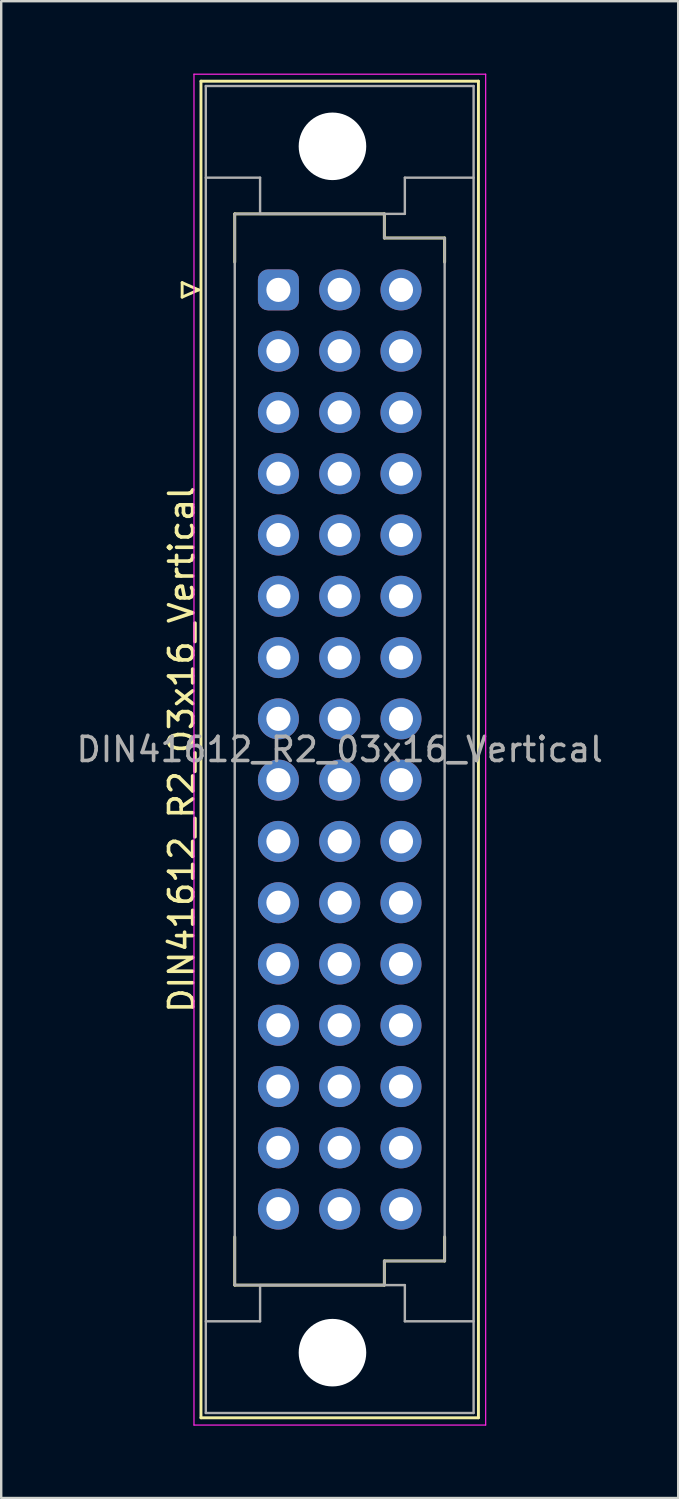
<source format=kicad_pcb>
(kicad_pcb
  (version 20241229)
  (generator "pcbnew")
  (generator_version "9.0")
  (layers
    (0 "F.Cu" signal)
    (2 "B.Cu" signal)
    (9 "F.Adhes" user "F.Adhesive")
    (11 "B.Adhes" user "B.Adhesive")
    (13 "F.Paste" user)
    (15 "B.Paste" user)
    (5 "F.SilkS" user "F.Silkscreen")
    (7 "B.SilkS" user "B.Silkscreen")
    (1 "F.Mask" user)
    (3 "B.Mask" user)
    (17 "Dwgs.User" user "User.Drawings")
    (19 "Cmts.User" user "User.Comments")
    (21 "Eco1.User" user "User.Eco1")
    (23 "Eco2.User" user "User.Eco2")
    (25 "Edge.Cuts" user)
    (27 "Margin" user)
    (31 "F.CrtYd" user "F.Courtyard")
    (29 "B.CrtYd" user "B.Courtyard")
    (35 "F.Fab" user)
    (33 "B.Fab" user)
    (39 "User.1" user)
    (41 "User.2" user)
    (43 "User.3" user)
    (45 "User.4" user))
  (footprint "DIN41612_R2_03x16_Vertical"
    (layer "F.Cu")
    (at 8.49 8.965)
    (property "Reference" "DIN41612_R2_03x16_Vertical" (at -4.01 19.05 90) (layer "F.SilkS") (effects (font (size 1 1) (thickness 0.15))))
    (attr through_hole)
    (fp_line (start -3.99 -0.3) (end -3.99 0.3) (stroke (width 0.12) (type solid)) (layer "F.SilkS"))
    (fp_line (start -3.99 0.3) (end -3.31 0) (stroke (width 0.12) (type solid)) (layer "F.SilkS"))
    (fp_line (start -3.31 0) (end -3.99 -0.3) (stroke (width 0.12) (type solid)) (layer "F.SilkS"))
    (fp_line (start -3.21 -8.65) (end 8.29 -8.65) (stroke (width 0.12) (type solid)) (layer "F.SilkS"))
    (fp_line (start -3.21 46.75) (end -3.21 -8.65) (stroke (width 0.12) (type solid)) (layer "F.SilkS"))
    (fp_line (start -1.81 -3.15) (end 4.39 -3.15) (stroke (width 0.12) (type solid)) (layer "F.SilkS"))
    (fp_line (start -1.81 -1.15) (end -1.81 -3.15) (stroke (width 0.12) (type solid)) (layer "F.SilkS"))
    (fp_line (start -1.81 39.25) (end -1.81 41.25) (stroke (width 0.12) (type solid)) (layer "F.SilkS"))
    (fp_line (start -1.81 41.25) (end 4.39 41.25) (stroke (width 0.12) (type solid)) (layer "F.SilkS"))
    (fp_line (start 4.39 -3.15) (end 4.39 -2.15) (stroke (width 0.12) (type solid)) (layer "F.SilkS"))
    (fp_line (start 4.39 -2.15) (end 6.89 -2.15) (stroke (width 0.12) (type solid)) (layer "F.SilkS"))
    (fp_line (start 4.39 40.25) (end 6.89 40.25) (stroke (width 0.12) (type solid)) (layer "F.SilkS"))
    (fp_line (start 4.39 41.25) (end 4.39 40.25) (stroke (width 0.12) (type solid)) (layer "F.SilkS"))
    (fp_line (start 6.89 -2.15) (end 6.89 -1.15) (stroke (width 0.12) (type solid)) (layer "F.SilkS"))
    (fp_line (start 6.89 40.25) (end 6.89 39.25) (stroke (width 0.12) (type solid)) (layer "F.SilkS"))
    (fp_line (start 8.29 -8.65) (end 8.29 46.75) (stroke (width 0.12) (type solid)) (layer "F.SilkS"))
    (fp_line (start 8.29 46.75) (end -3.21 46.75) (stroke (width 0.12) (type solid)) (layer "F.SilkS"))
    (fp_line (start -3.5 -8.94) (end 8.59 -8.94) (stroke (width 0.05) (type solid)) (layer "F.CrtYd"))
    (fp_line (start -3.5 47.05) (end -3.5 -8.94) (stroke (width 0.05) (type solid)) (layer "F.CrtYd"))
    (fp_line (start 8.59 -8.94) (end 8.59 47.05) (stroke (width 0.05) (type solid)) (layer "F.CrtYd"))
    (fp_line (start 8.59 47.05) (end -3.5 47.05) (stroke (width 0.05) (type solid)) (layer "F.CrtYd"))
    (fp_line (start -3.01 -8.45) (end 8.09 -8.45) (stroke (width 0.1) (type solid)) (layer "F.Fab"))
    (fp_line (start -3.01 -4.65) (end -0.76 -4.65) (stroke (width 0.1) (type solid)) (layer "F.Fab"))
    (fp_line (start -3.01 42.75) (end -0.76 42.75) (stroke (width 0.1) (type solid)) (layer "F.Fab"))
    (fp_line (start -3.01 46.55) (end -3.01 -8.45) (stroke (width 0.1) (type solid)) (layer "F.Fab"))
    (fp_line (start -1.81 -3.15) (end 4.39 -3.15) (stroke (width 0.1) (type solid)) (layer "F.Fab"))
    (fp_line (start -1.81 41.25) (end -1.81 -3.15) (stroke (width 0.1) (type solid)) (layer "F.Fab"))
    (fp_line (start -0.76 -4.65) (end -0.76 -3.15) (stroke (width 0.1) (type solid)) (layer "F.Fab"))
    (fp_line (start -0.76 -3.15) (end 5.24 -3.15) (stroke (width 0.1) (type solid)) (layer "F.Fab"))
    (fp_line (start -0.76 41.25) (end 5.24 41.25) (stroke (width 0.1) (type solid)) (layer "F.Fab"))
    (fp_line (start -0.76 42.75) (end -0.76 41.25) (stroke (width 0.1) (type solid)) (layer "F.Fab"))
    (fp_line (start 4.39 -3.15) (end 4.39 -2.15) (stroke (width 0.1) (type solid)) (layer "F.Fab"))
    (fp_line (start 4.39 -2.15) (end 6.89 -2.15) (stroke (width 0.1) (type solid)) (layer "F.Fab"))
    (fp_line (start 4.39 40.25) (end 4.39 41.25) (stroke (width 0.1) (type solid)) (layer "F.Fab"))
    (fp_line (start 4.39 41.25) (end -1.81 41.25) (stroke (width 0.1) (type solid)) (layer "F.Fab"))
    (fp_line (start 5.24 -4.65) (end 8.09 -4.65) (stroke (width 0.1) (type solid)) (layer "F.Fab"))
    (fp_line (start 5.24 -3.15) (end 5.24 -4.65) (stroke (width 0.1) (type solid)) (layer "F.Fab"))
    (fp_line (start 5.24 41.25) (end 5.24 42.75) (stroke (width 0.1) (type solid)) (layer "F.Fab"))
    (fp_line (start 5.24 42.75) (end 8.09 42.75) (stroke (width 0.1) (type solid)) (layer "F.Fab"))
    (fp_line (start 6.89 -2.15) (end 6.89 40.25) (stroke (width 0.1) (type solid)) (layer "F.Fab"))
    (fp_line (start 6.89 40.25) (end 4.39 40.25) (stroke (width 0.1) (type solid)) (layer "F.Fab"))
    (fp_line (start 8.09 -8.45) (end 8.09 46.55) (stroke (width 0.1) (type solid)) (layer "F.Fab"))
    (fp_line (start 8.09 46.55) (end -3.01 46.55) (stroke (width 0.1) (type solid)) (layer "F.Fab"))
    (fp_text user "${REFERENCE}" (at 2.54 19.05 0) (layer "F.Fab") (effects (font (size 1 1) (thickness 0.15))))
    (pad "" np_thru_hole circle (at 2.24 -5.95) (size 2.8 2.8) (drill 2.8) (layers "*.Cu" "*.Mask"))
    (pad "" np_thru_hole circle (at 2.24 44.05) (size 2.8 2.8) (drill 2.8) (layers "*.Cu" "*.Mask"))
    (pad "a1" thru_hole roundrect (at 0 0) (size 1.7 1.7) (drill 1) (layers "*.Cu" "*.Mask") (roundrect_rratio 0.25))
    (pad "a2" thru_hole circle (at 0 2.54) (size 1.7 1.7) (drill 1) (layers "*.Cu" "*.Mask"))
    (pad "a3" thru_hole circle (at 0 5.08) (size 1.7 1.7) (drill 1) (layers "*.Cu" "*.Mask"))
    (pad "a4" thru_hole circle (at 0 7.62) (size 1.7 1.7) (drill 1) (layers "*.Cu" "*.Mask"))
    (pad "a5" thru_hole circle (at 0 10.16) (size 1.7 1.7) (drill 1) (layers "*.Cu" "*.Mask"))
    (pad "a6" thru_hole circle (at 0 12.7) (size 1.7 1.7) (drill 1) (layers "*.Cu" "*.Mask"))
    (pad "a7" thru_hole circle (at 0 15.24) (size 1.7 1.7) (drill 1) (layers "*.Cu" "*.Mask"))
    (pad "a8" thru_hole circle (at 0 17.78) (size 1.7 1.7) (drill 1) (layers "*.Cu" "*.Mask"))
    (pad "a9" thru_hole circle (at 0 20.32) (size 1.7 1.7) (drill 1) (layers "*.Cu" "*.Mask"))
    (pad "a10" thru_hole circle (at 0 22.86) (size 1.7 1.7) (drill 1) (layers "*.Cu" "*.Mask"))
    (pad "a11" thru_hole circle (at 0 25.4) (size 1.7 1.7) (drill 1) (layers "*.Cu" "*.Mask"))
    (pad "a12" thru_hole circle (at 0 27.94) (size 1.7 1.7) (drill 1) (layers "*.Cu" "*.Mask"))
    (pad "a13" thru_hole circle (at 0 30.48) (size 1.7 1.7) (drill 1) (layers "*.Cu" "*.Mask"))
    (pad "a14" thru_hole circle (at 0 33.02) (size 1.7 1.7) (drill 1) (layers "*.Cu" "*.Mask"))
    (pad "a15" thru_hole circle (at 0 35.56) (size 1.7 1.7) (drill 1) (layers "*.Cu" "*.Mask"))
    (pad "a16" thru_hole circle (at 0 38.1) (size 1.7 1.7) (drill 1) (layers "*.Cu" "*.Mask"))
    (pad "b1" thru_hole circle (at 2.54 0) (size 1.7 1.7) (drill 1) (layers "*.Cu" "*.Mask"))
    (pad "b2" thru_hole circle (at 2.54 2.54) (size 1.7 1.7) (drill 1) (layers "*.Cu" "*.Mask"))
    (pad "b3" thru_hole circle (at 2.54 5.08) (size 1.7 1.7) (drill 1) (layers "*.Cu" "*.Mask"))
    (pad "b4" thru_hole circle (at 2.54 7.62) (size 1.7 1.7) (drill 1) (layers "*.Cu" "*.Mask"))
    (pad "b5" thru_hole circle (at 2.54 10.16) (size 1.7 1.7) (drill 1) (layers "*.Cu" "*.Mask"))
    (pad "b6" thru_hole circle (at 2.54 12.7) (size 1.7 1.7) (drill 1) (layers "*.Cu" "*.Mask"))
    (pad "b7" thru_hole circle (at 2.54 15.24) (size 1.7 1.7) (drill 1) (layers "*.Cu" "*.Mask"))
    (pad "b8" thru_hole circle (at 2.54 17.78) (size 1.7 1.7) (drill 1) (layers "*.Cu" "*.Mask"))
    (pad "b9" thru_hole circle (at 2.54 20.32) (size 1.7 1.7) (drill 1) (layers "*.Cu" "*.Mask"))
    (pad "b10" thru_hole circle (at 2.54 22.86) (size 1.7 1.7) (drill 1) (layers "*.Cu" "*.Mask"))
    (pad "b11" thru_hole circle (at 2.54 25.4) (size 1.7 1.7) (drill 1) (layers "*.Cu" "*.Mask"))
    (pad "b12" thru_hole circle (at 2.54 27.94) (size 1.7 1.7) (drill 1) (layers "*.Cu" "*.Mask"))
    (pad "b13" thru_hole circle (at 2.54 30.48) (size 1.7 1.7) (drill 1) (layers "*.Cu" "*.Mask"))
    (pad "b14" thru_hole circle (at 2.54 33.02) (size 1.7 1.7) (drill 1) (layers "*.Cu" "*.Mask"))
    (pad "b15" thru_hole circle (at 2.54 35.56) (size 1.7 1.7) (drill 1) (layers "*.Cu" "*.Mask"))
    (pad "b16" thru_hole circle (at 2.54 38.1) (size 1.7 1.7) (drill 1) (layers "*.Cu" "*.Mask"))
    (pad "c1" thru_hole circle (at 5.08 0) (size 1.7 1.7) (drill 1) (layers "*.Cu" "*.Mask"))
    (pad "c2" thru_hole circle (at 5.08 2.54) (size 1.7 1.7) (drill 1) (layers "*.Cu" "*.Mask"))
    (pad "c3" thru_hole circle (at 5.08 5.08) (size 1.7 1.7) (drill 1) (layers "*.Cu" "*.Mask"))
    (pad "c4" thru_hole circle (at 5.08 7.62) (size 1.7 1.7) (drill 1) (layers "*.Cu" "*.Mask"))
    (pad "c5" thru_hole circle (at 5.08 10.16) (size 1.7 1.7) (drill 1) (layers "*.Cu" "*.Mask"))
    (pad "c6" thru_hole circle (at 5.08 12.7) (size 1.7 1.7) (drill 1) (layers "*.Cu" "*.Mask"))
    (pad "c7" thru_hole circle (at 5.08 15.24) (size 1.7 1.7) (drill 1) (layers "*.Cu" "*.Mask"))
    (pad "c8" thru_hole circle (at 5.08 17.78) (size 1.7 1.7) (drill 1) (layers "*.Cu" "*.Mask"))
    (pad "c9" thru_hole circle (at 5.08 20.32) (size 1.7 1.7) (drill 1) (layers "*.Cu" "*.Mask"))
    (pad "c10" thru_hole circle (at 5.08 22.86) (size 1.7 1.7) (drill 1) (layers "*.Cu" "*.Mask"))
    (pad "c11" thru_hole circle (at 5.08 25.4) (size 1.7 1.7) (drill 1) (layers "*.Cu" "*.Mask"))
    (pad "c12" thru_hole circle (at 5.08 27.94) (size 1.7 1.7) (drill 1) (layers "*.Cu" "*.Mask"))
    (pad "c13" thru_hole circle (at 5.08 30.48) (size 1.7 1.7) (drill 1) (layers "*.Cu" "*.Mask"))
    (pad "c14" thru_hole circle (at 5.08 33.02) (size 1.7 1.7) (drill 1) (layers "*.Cu" "*.Mask"))
    (pad "c15" thru_hole circle (at 5.08 35.56) (size 1.7 1.7) (drill 1) (layers "*.Cu" "*.Mask"))
    (pad "c16" thru_hole circle (at 5.08 38.1) (size 1.7 1.7) (drill 1) (layers "*.Cu" "*.Mask")))
  (gr_rect
    (start -3 -3)
    (end 25.06 59.04)
    (stroke (width 0.1) (type default))
    (fill no)
    (layer "Edge.Cuts")))
</source>
